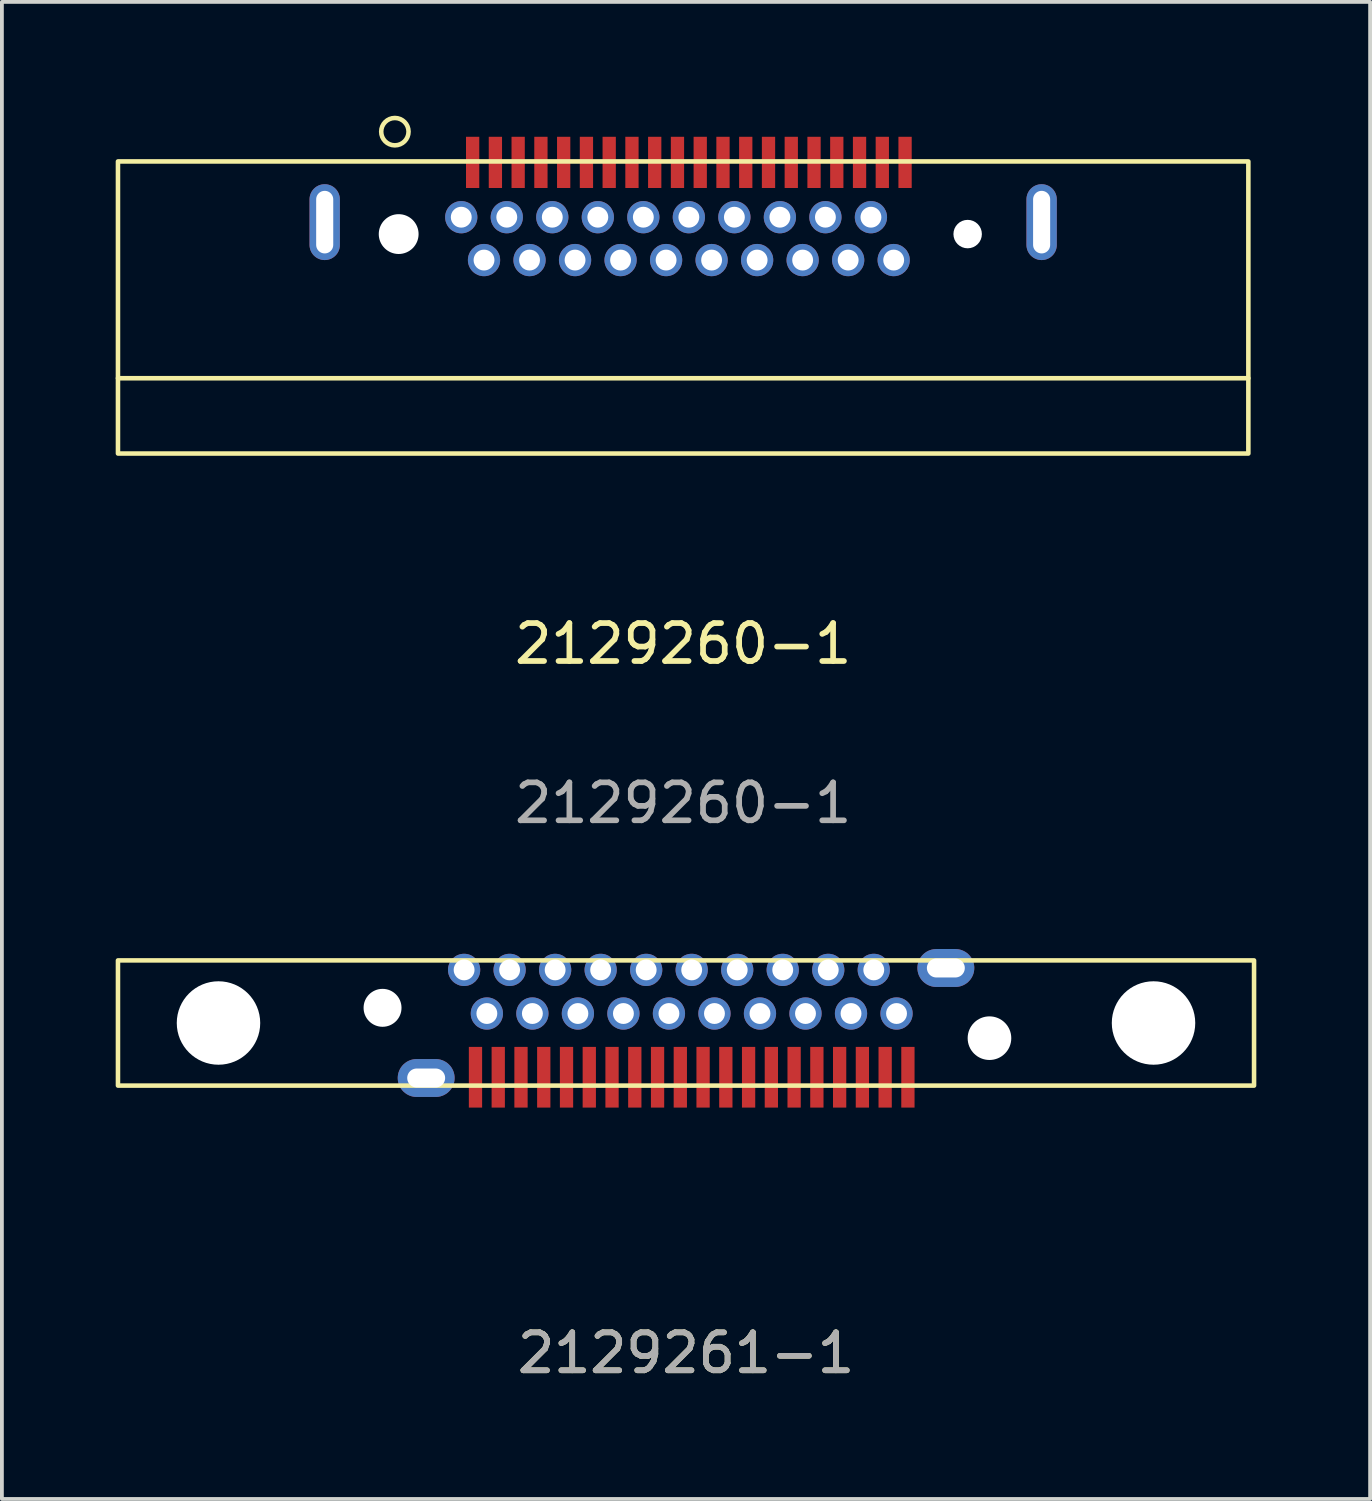
<source format=kicad_pcb>
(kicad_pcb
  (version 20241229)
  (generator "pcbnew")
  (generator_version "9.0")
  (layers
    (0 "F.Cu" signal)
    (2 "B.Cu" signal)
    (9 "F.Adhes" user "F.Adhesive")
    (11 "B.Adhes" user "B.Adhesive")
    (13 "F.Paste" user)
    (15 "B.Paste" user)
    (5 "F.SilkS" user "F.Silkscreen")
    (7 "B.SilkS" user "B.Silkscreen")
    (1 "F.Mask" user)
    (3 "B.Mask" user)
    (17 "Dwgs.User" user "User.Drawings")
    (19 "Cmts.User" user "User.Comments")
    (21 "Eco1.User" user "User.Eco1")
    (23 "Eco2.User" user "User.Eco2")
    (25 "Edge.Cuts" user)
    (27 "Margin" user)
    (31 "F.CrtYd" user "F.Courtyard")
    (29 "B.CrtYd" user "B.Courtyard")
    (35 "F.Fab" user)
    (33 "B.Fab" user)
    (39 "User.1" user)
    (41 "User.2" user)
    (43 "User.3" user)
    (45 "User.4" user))
  (footprint "2129261-1"
    (layer "F.Cu")
    (at 15.035 24.319)
    (property "Reference" "2129261-1" (at 0 8.3 0) (unlocked yes) (layer "F.SilkS") (effects (font (size 1 1) (thickness 0.15))))
    (attr through_hole)
    (fp_rect (start -14.975 -2.05) (end 14.975 1.25) (stroke (width 0.12) (type default)) (fill no) (layer "F.SilkS"))
    (fp_text user "${REFERENCE}" (at 0 8.3 0) (unlocked yes) (layer "F.Fab") (effects (font (size 1 1) (thickness 0.15))))
    (pad "" np_thru_hole circle (at -12.325 -0.4) (size 2.2 2.2) (drill 2.2) (layers "*.Cu" "*.Mask"))
    (pad "" np_thru_hole circle (at -8 -0.8) (size 1 1) (drill 1) (layers "*.Cu" "*.Mask"))
    (pad "" np_thru_hole circle (at 8 0) (size 1.15 1.15) (drill 1.15) (layers "*.Cu" "*.Mask"))
    (pad "" np_thru_hole circle (at 12.325 -0.4) (size 2.2 2.2) (drill 2.2) (layers "*.Cu" "*.Mask"))
    (pad "1" thru_hole circle (at -5.85 -1.8) (size 0.85 0.85) (drill 0.55) (layers "*.Cu" "*.Mask"))
    (pad "2" smd rect (at -5.55 1.03) (size 0.35 1.6) (layers "F.Cu" "F.Mask" "F.Paste"))
    (pad "3" thru_hole circle (at -5.25 -0.65) (size 0.85 0.85) (drill 0.55) (layers "*.Cu" "*.Mask"))
    (pad "4" smd rect (at -4.95 1.03) (size 0.35 1.6) (layers "F.Cu" "F.Mask" "F.Paste"))
    (pad "5" thru_hole circle (at -4.65 -1.8) (size 0.85 0.85) (drill 0.55) (layers "*.Cu" "*.Mask"))
    (pad "6" smd rect (at -4.35 1.03) (size 0.35 1.6) (layers "F.Cu" "F.Mask" "F.Paste"))
    (pad "7" thru_hole circle (at -4.05 -0.65) (size 0.85 0.85) (drill 0.55) (layers "*.Cu" "*.Mask"))
    (pad "8" smd rect (at -3.75 1.03) (size 0.35 1.6) (layers "F.Cu" "F.Mask" "F.Paste"))
    (pad "9" thru_hole circle (at -3.45 -1.8) (size 0.85 0.85) (drill 0.55) (layers "*.Cu" "*.Mask"))
    (pad "10" smd rect (at -3.15 1.03) (size 0.35 1.6) (layers "F.Cu" "F.Mask" "F.Paste"))
    (pad "11" thru_hole circle (at -2.85 -0.65) (size 0.85 0.85) (drill 0.55) (layers "*.Cu" "*.Mask"))
    (pad "12" smd rect (at -2.55 1.03) (size 0.35 1.6) (layers "F.Cu" "F.Mask" "F.Paste"))
    (pad "13" thru_hole circle (at -2.25 -1.8) (size 0.85 0.85) (drill 0.55) (layers "*.Cu" "*.Mask"))
    (pad "14" smd rect (at -1.95 1.03) (size 0.35 1.6) (layers "F.Cu" "F.Mask" "F.Paste"))
    (pad "15" thru_hole circle (at -1.65 -0.65) (size 0.85 0.85) (drill 0.55) (layers "*.Cu" "*.Mask"))
    (pad "16" smd rect (at -1.35 1.03) (size 0.35 1.6) (layers "F.Cu" "F.Mask" "F.Paste"))
    (pad "17" thru_hole circle (at -1.05 -1.8) (size 0.85 0.85) (drill 0.55) (layers "*.Cu" "*.Mask"))
    (pad "18" smd rect (at -0.75 1.03) (size 0.35 1.6) (layers "F.Cu" "F.Mask" "F.Paste"))
    (pad "19" thru_hole circle (at -0.45 -0.65) (size 0.85 0.85) (drill 0.55) (layers "*.Cu" "*.Mask"))
    (pad "20" smd rect (at -0.15 1.03) (size 0.35 1.6) (layers "F.Cu" "F.Mask" "F.Paste"))
    (pad "21" thru_hole circle (at 0.15 -1.8) (size 0.85 0.85) (drill 0.55) (layers "*.Cu" "*.Mask"))
    (pad "22" smd rect (at 0.45 1.03) (size 0.35 1.6) (layers "F.Cu" "F.Mask" "F.Paste"))
    (pad "23" thru_hole circle (at 0.75 -0.65) (size 0.85 0.85) (drill 0.55) (layers "*.Cu" "*.Mask"))
    (pad "24" smd rect (at 1.05 1.03) (size 0.35 1.6) (layers "F.Cu" "F.Mask" "F.Paste"))
    (pad "25" thru_hole circle (at 1.35 -1.8) (size 0.85 0.85) (drill 0.55) (layers "*.Cu" "*.Mask"))
    (pad "26" smd rect (at 1.65 1.03) (size 0.35 1.6) (layers "F.Cu" "F.Mask" "F.Paste"))
    (pad "27" thru_hole circle (at 1.95 -0.65) (size 0.85 0.85) (drill 0.55) (layers "*.Cu" "*.Mask"))
    (pad "28" smd rect (at 2.25 1.03) (size 0.35 1.6) (layers "F.Cu" "F.Mask" "F.Paste"))
    (pad "29" thru_hole circle (at 2.55 -1.8) (size 0.85 0.85) (drill 0.55) (layers "*.Cu" "*.Mask"))
    (pad "30" smd rect (at 2.85 1.03) (size 0.35 1.6) (layers "F.Cu" "F.Mask" "F.Paste"))
    (pad "31" thru_hole circle (at 3.15 -0.65) (size 0.85 0.85) (drill 0.55) (layers "*.Cu" "*.Mask"))
    (pad "32" smd rect (at 3.45 1.03) (size 0.35 1.6) (layers "F.Cu" "F.Mask" "F.Paste"))
    (pad "33" thru_hole circle (at 3.75 -1.8) (size 0.85 0.85) (drill 0.55) (layers "*.Cu" "*.Mask"))
    (pad "34" smd rect (at 4.05 1.03) (size 0.35 1.6) (layers "F.Cu" "F.Mask" "F.Paste"))
    (pad "35" thru_hole circle (at 4.35 -0.65) (size 0.85 0.85) (drill 0.55) (layers "*.Cu" "*.Mask"))
    (pad "36" smd rect (at 4.65 1.03) (size 0.35 1.6) (layers "F.Cu" "F.Mask" "F.Paste"))
    (pad "37" thru_hole circle (at 4.95 -1.8) (size 0.85 0.85) (drill 0.55) (layers "*.Cu" "*.Mask"))
    (pad "38" smd rect (at 5.25 1.03) (size 0.35 1.6) (layers "F.Cu" "F.Mask" "F.Paste"))
    (pad "39" thru_hole circle (at 5.55 -0.65) (size 0.85 0.85) (drill 0.55) (layers "*.Cu" "*.Mask"))
    (pad "40" smd rect (at 5.85 1.03) (size 0.35 1.6) (layers "F.Cu" "F.Mask" "F.Paste"))
    (pad "41" thru_hole oval (at -6.85 1.05) (size 1.5 1) (drill oval 1 0.5) (layers "*.Cu" "*.Mask"))
    (pad "41" thru_hole oval (at 6.85 -1.85) (size 1.5 1) (drill oval 1 0.5) (layers "*.Cu" "*.Mask")))
  (footprint "2129260-1"
    (layer "F.Cu")
    (at 14.96 3.121)
    (property "Reference" "2129260-1" (at 0 10.8 0) (unlocked yes) (layer "F.SilkS") (effects (font (size 1 1) (thickness 0.15))))
    (attr through_hole)
    (fp_line (start -14.9 3.8) (end 14.9 3.8) (stroke (width 0.12) (type default)) (layer "F.SilkS"))
    (fp_rect (start -14.9 -1.915) (end 14.9 5.785) (stroke (width 0.12) (type default)) (fill no) (layer "F.SilkS"))
    (fp_circle (center -7.6 -2.7) (end -7.3 -2.5) (stroke (width 0.12) (type default)) (fill no) (layer "F.SilkS"))
    (fp_text user "${REFERENCE}" (at 0 15 0) (unlocked yes) (layer "F.Fab") (effects (font (size 1 1) (thickness 0.15))))
    (pad "" np_thru_hole circle (at -7.5 0) (size 1.05 1.05) (drill 1.05) (layers "*.Cu" "*.Mask"))
    (pad "" np_thru_hole circle (at 7.5 0) (size 0.75 0.75) (drill 0.75) (layers "*.Cu" "*.Mask"))
    (pad "1" thru_hole circle (at -5.85 -0.445) (size 0.85 0.85) (drill 0.55) (layers "*.Cu" "*.Mask"))
    (pad "2" smd rect (at -5.55 -1.89) (size 0.35 1.35) (layers "F.Cu" "F.Mask" "F.Paste"))
    (pad "3" thru_hole circle (at -5.25 0.685) (size 0.85 0.85) (drill 0.55) (layers "*.Cu" "*.Mask"))
    (pad "4" smd rect (at -4.95 -1.89) (size 0.35 1.35) (layers "F.Cu" "F.Mask" "F.Paste"))
    (pad "5" thru_hole circle (at -4.65 -0.445) (size 0.85 0.85) (drill 0.55) (layers "*.Cu" "*.Mask"))
    (pad "6" smd rect (at -4.35 -1.89) (size 0.35 1.35) (layers "F.Cu" "F.Mask" "F.Paste"))
    (pad "7" thru_hole circle (at -4.05 0.685) (size 0.85 0.85) (drill 0.55) (layers "*.Cu" "*.Mask"))
    (pad "8" smd rect (at -3.75 -1.89) (size 0.35 1.35) (layers "F.Cu" "F.Mask" "F.Paste"))
    (pad "9" thru_hole circle (at -3.45 -0.445) (size 0.85 0.85) (drill 0.55) (layers "*.Cu" "*.Mask"))
    (pad "10" smd rect (at -3.15 -1.89) (size 0.35 1.35) (layers "F.Cu" "F.Mask" "F.Paste"))
    (pad "11" thru_hole circle (at -2.85 0.685) (size 0.85 0.85) (drill 0.55) (layers "*.Cu" "*.Mask"))
    (pad "12" smd rect (at -2.55 -1.89) (size 0.35 1.35) (layers "F.Cu" "F.Mask" "F.Paste"))
    (pad "13" thru_hole circle (at -2.25 -0.445) (size 0.85 0.85) (drill 0.55) (layers "*.Cu" "*.Mask"))
    (pad "14" smd rect (at -1.95 -1.89) (size 0.35 1.35) (layers "F.Cu" "F.Mask" "F.Paste"))
    (pad "15" thru_hole circle (at -1.65 0.685) (size 0.85 0.85) (drill 0.55) (layers "*.Cu" "*.Mask"))
    (pad "16" smd rect (at -1.35 -1.89) (size 0.35 1.35) (layers "F.Cu" "F.Mask" "F.Paste"))
    (pad "17" thru_hole circle (at -1.05 -0.445) (size 0.85 0.85) (drill 0.55) (layers "*.Cu" "*.Mask"))
    (pad "18" smd rect (at -0.75 -1.89) (size 0.35 1.35) (layers "F.Cu" "F.Mask" "F.Paste"))
    (pad "19" thru_hole circle (at -0.45 0.685) (size 0.85 0.85) (drill 0.55) (layers "*.Cu" "*.Mask"))
    (pad "20" smd rect (at -0.15 -1.89) (size 0.35 1.35) (layers "F.Cu" "F.Mask" "F.Paste"))
    (pad "21" thru_hole circle (at 0.15 -0.445) (size 0.85 0.85) (drill 0.55) (layers "*.Cu" "*.Mask"))
    (pad "22" smd rect (at 0.45 -1.89) (size 0.35 1.35) (layers "F.Cu" "F.Mask" "F.Paste"))
    (pad "23" thru_hole circle (at 0.75 0.685) (size 0.85 0.85) (drill 0.55) (layers "*.Cu" "*.Mask"))
    (pad "24" smd rect (at 1.05 -1.89) (size 0.35 1.35) (layers "F.Cu" "F.Mask" "F.Paste"))
    (pad "25" thru_hole circle (at 1.35 -0.445) (size 0.85 0.85) (drill 0.55) (layers "*.Cu" "*.Mask"))
    (pad "26" smd rect (at 1.65 -1.89) (size 0.35 1.35) (layers "F.Cu" "F.Mask" "F.Paste"))
    (pad "27" thru_hole circle (at 1.95 0.685) (size 0.85 0.85) (drill 0.55) (layers "*.Cu" "*.Mask"))
    (pad "28" smd rect (at 2.25 -1.89) (size 0.35 1.35) (layers "F.Cu" "F.Mask" "F.Paste"))
    (pad "29" thru_hole circle (at 2.55 -0.445) (size 0.85 0.85) (drill 0.55) (layers "*.Cu" "*.Mask"))
    (pad "30" smd rect (at 2.85 -1.89) (size 0.35 1.35) (layers "F.Cu" "F.Mask" "F.Paste"))
    (pad "31" thru_hole circle (at 3.15 0.685) (size 0.85 0.85) (drill 0.55) (layers "*.Cu" "*.Mask"))
    (pad "32" smd rect (at 3.45 -1.89) (size 0.35 1.35) (layers "F.Cu" "F.Mask" "F.Paste"))
    (pad "33" thru_hole circle (at 3.75 -0.445) (size 0.85 0.85) (drill 0.55) (layers "*.Cu" "*.Mask"))
    (pad "34" smd rect (at 4.05 -1.89) (size 0.35 1.35) (layers "F.Cu" "F.Mask" "F.Paste"))
    (pad "35" thru_hole circle (at 4.35 0.685) (size 0.85 0.85) (drill 0.55) (layers "*.Cu" "*.Mask"))
    (pad "36" smd rect (at 4.65 -1.89) (size 0.35 1.35) (layers "F.Cu" "F.Mask" "F.Paste"))
    (pad "37" thru_hole circle (at 4.95 -0.445) (size 0.85 0.85) (drill 0.55) (layers "*.Cu" "*.Mask"))
    (pad "38" smd rect (at 5.25 -1.89) (size 0.35 1.35) (layers "F.Cu" "F.Mask" "F.Paste"))
    (pad "39" thru_hole circle (at 5.55 0.685) (size 0.85 0.85) (drill 0.55) (layers "*.Cu" "*.Mask"))
    (pad "40" smd rect (at 5.85 -1.89) (size 0.35 1.35) (layers "F.Cu" "F.Mask" "F.Paste"))
    (pad "41" thru_hole oval (at -9.45 -0.315) (size 0.8 2) (drill oval 0.45 1.65) (layers "*.Cu" "*.Mask"))
    (pad "41" thru_hole oval (at 9.45 -0.315) (size 0.8 2) (drill oval 0.45 1.65) (layers "*.Cu" "*.Mask")))
  (gr_rect
    (start -3 -3)
    (end 33.07 36.467)
    (stroke (width 0.1) (type default))
    (fill no)
    (layer "Edge.Cuts")))
</source>
